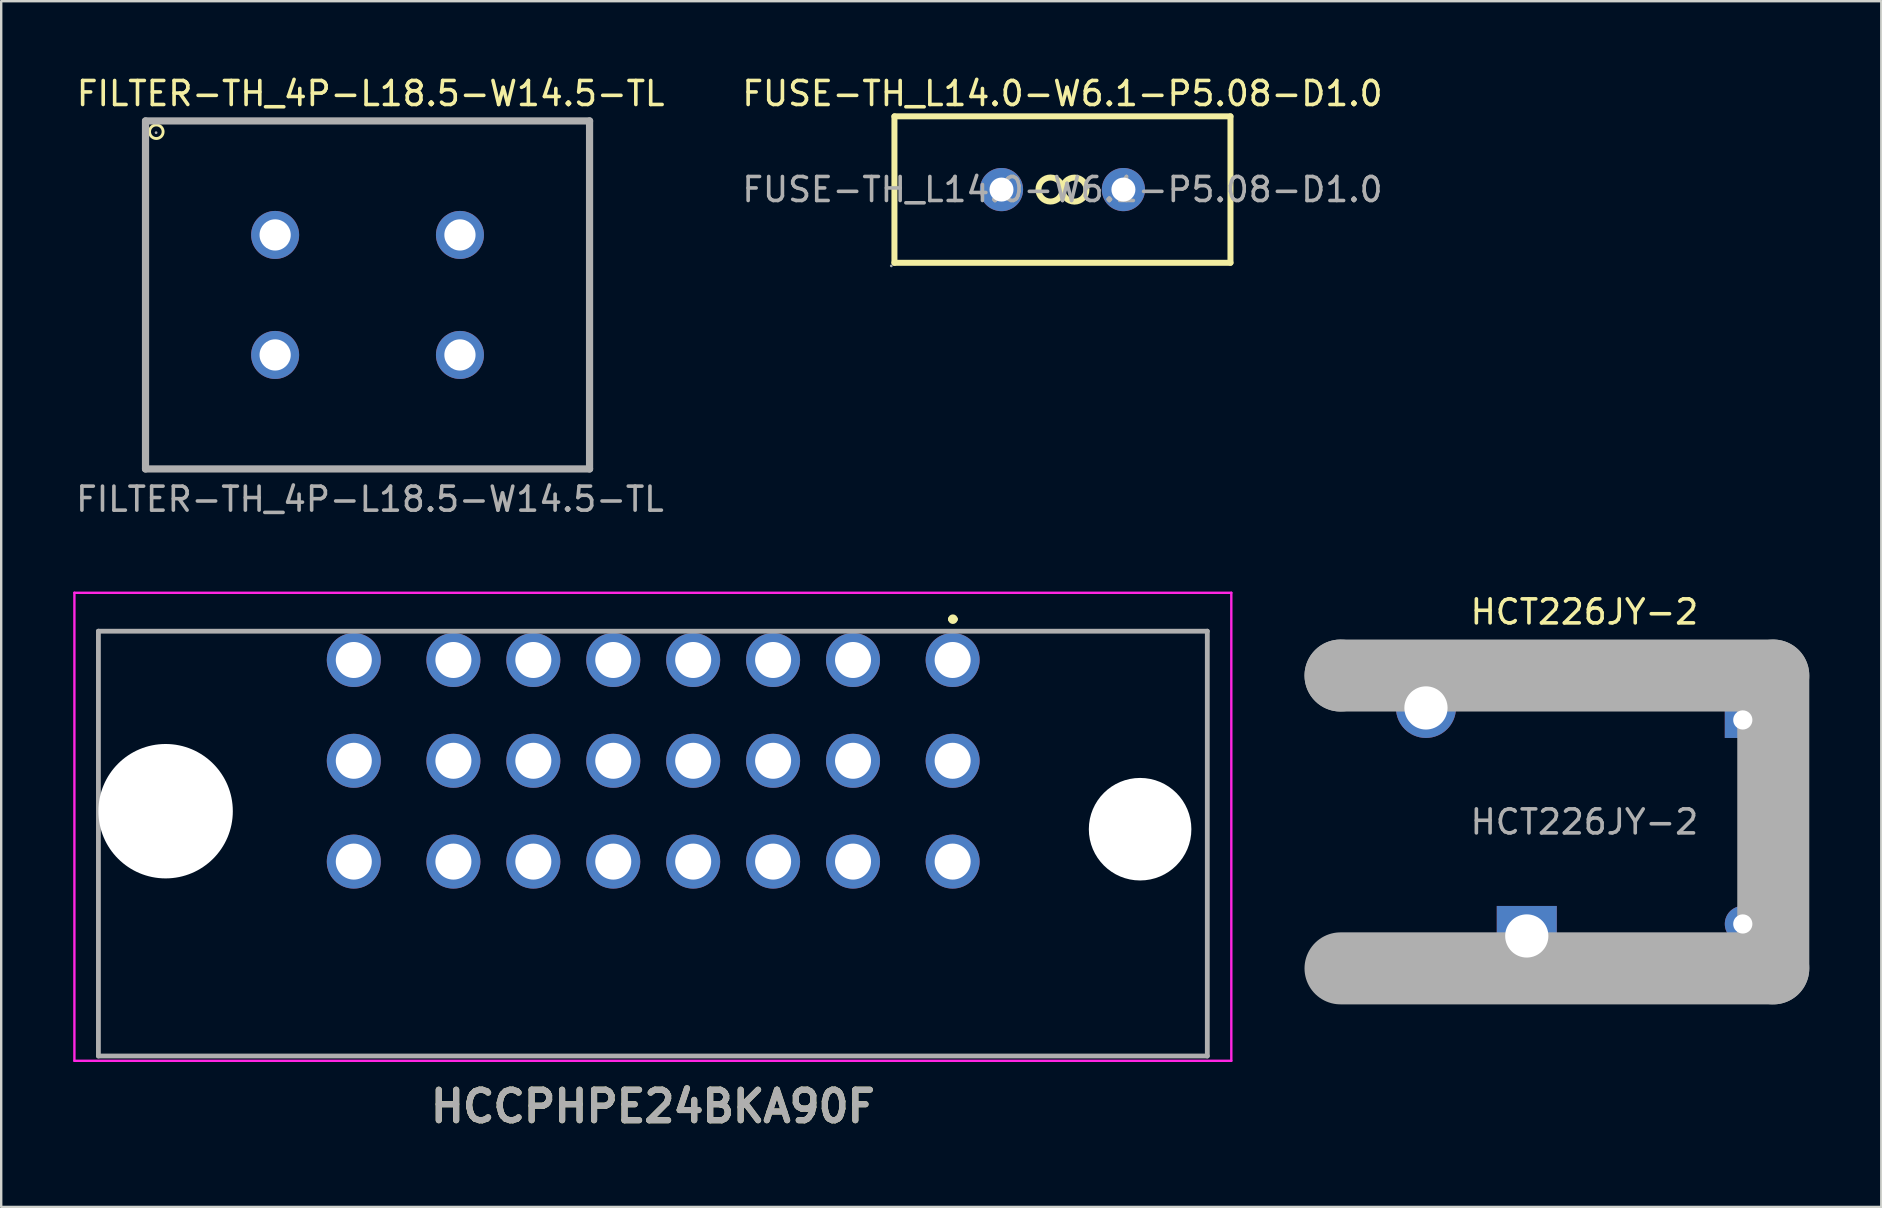
<source format=kicad_pcb>
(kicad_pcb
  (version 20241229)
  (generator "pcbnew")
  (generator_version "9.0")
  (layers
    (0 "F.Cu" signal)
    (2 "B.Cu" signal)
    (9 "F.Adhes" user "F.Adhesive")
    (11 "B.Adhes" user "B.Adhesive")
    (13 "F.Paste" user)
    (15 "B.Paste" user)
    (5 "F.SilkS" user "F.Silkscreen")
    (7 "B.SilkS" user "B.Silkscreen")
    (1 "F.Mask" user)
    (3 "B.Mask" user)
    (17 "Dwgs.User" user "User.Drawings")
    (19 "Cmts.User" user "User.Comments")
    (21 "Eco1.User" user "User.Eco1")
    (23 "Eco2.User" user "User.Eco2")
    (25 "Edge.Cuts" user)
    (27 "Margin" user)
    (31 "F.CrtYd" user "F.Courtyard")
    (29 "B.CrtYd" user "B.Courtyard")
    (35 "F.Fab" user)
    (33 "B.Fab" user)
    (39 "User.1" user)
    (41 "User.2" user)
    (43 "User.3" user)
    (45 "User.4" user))
  (footprint "HCT226JY-2"
    (layer "F.Cu")
    (at 62.96 31.195)
    (property "Reference" "HCT226JY-2" (at 0 -8.75 0) (layer "F.SilkS") (effects (font (size 1 1) (thickness 0.15))))
    (attr smd)
    (fp_line (start -10.16 -6.1) (end -10.16 -6.1) (stroke (width 3) (type solid)) (layer "F.Fab"))
    (fp_line (start -10.16 -6.1) (end 7.87 -6.1) (stroke (width 3) (type solid)) (layer "F.Fab"))
    (fp_line (start 7.87 -6.1) (end 7.87 6.1) (stroke (width 3) (type solid)) (layer "F.Fab"))
    (fp_line (start 7.87 6.1) (end -10.16 6.1) (stroke (width 3) (type solid)) (layer "F.Fab"))
    (fp_circle (center -10.29 -6.22) (end -10.26 -6.22) (stroke (width 0.06) (type solid)) (fill no) (layer "F.Fab"))
    (fp_circle (center -6.6 -4.75) (end -6.2 -4.75) (stroke (width 0.8) (type solid)) (fill no) (layer "F.Fab"))
    (fp_circle (center -2.4 4.75) (end -2 4.75) (stroke (width 0.8) (type solid)) (fill no) (layer "F.Fab"))
    (fp_circle (center 6.6 -4.25) (end 6.75 -4.25) (stroke (width 0.3) (type solid)) (fill no) (layer "F.Fab"))
    (fp_circle (center 6.6 4.25) (end 6.75 4.25) (stroke (width 0.3) (type solid)) (fill no) (layer "F.Fab"))
    (fp_text user "${REFERENCE}" (at 0 0 0) (layer "F.Fab") (effects (font (size 1 1) (thickness 0.15))))
    (pad "1" thru_hole circle (at -6.6 -4.75) (size 2.5 2.5) (drill 1.8) (layers "*.Cu" "*.Paste" "*.Mask"))
    (pad "2" thru_hole rect (at -2.4 4.75) (size 2.5 2.5) (drill 1.8) (layers "*.Cu" "*.Paste" "*.Mask"))
    (pad "3" thru_hole rect (at 6.6 -4.25) (size 1.5 1.5) (drill 0.8) (layers "*.Cu" "*.Paste" "*.Mask"))
    (pad "4" thru_hole circle (at 6.6 4.25) (size 1.5 1.5) (drill 0.8) (layers "*.Cu" "*.Paste" "*.Mask")))
  (footprint "FUSE-TH_L14.0-W6.1-P5.08-D1.0"
    (layer "F.Cu")
    (at 41.215 4.848)
    (property "Reference" "FUSE-TH_L14.0-W6.1-P5.08-D1.0" (at 0 -4 0) (layer "F.SilkS") (effects (font (size 1 1) (thickness 0.15))))
    (attr smd)
    (fp_line (start -7 -3.05) (end 7 -3.05) (stroke (width 0.25) (type solid)) (layer "F.SilkS"))
    (fp_line (start -7 3.05) (end -7 -3.05) (stroke (width 0.25) (type solid)) (layer "F.SilkS"))
    (fp_line (start -7 3.05) (end 7 3.05) (stroke (width 0.25) (type solid)) (layer "F.SilkS"))
    (fp_line (start 7 -3.05) (end 7 3.05) (stroke (width 0.25) (type solid)) (layer "F.SilkS"))
    (fp_arc (start -0.000076 0.008726) (mid -0.999981 -0.004363) (end 0 0) (stroke (width 0.25) (type solid)) (layer "F.SilkS"))
    (fp_arc (start 0.000076 -0.008726) (mid 0.999981 0.004363) (end 0 0) (stroke (width 0.25) (type solid)) (layer "F.SilkS"))
    (fp_circle (center -7.13 3.18) (end -7.1 3.18) (stroke (width 0.06) (type solid)) (fill no) (layer "F.Fab"))
    (fp_circle (center -2.54 0) (end -2.34 0) (stroke (width 0.4) (type solid)) (fill no) (layer "F.Fab"))
    (fp_circle (center 2.54 0) (end 2.74 0) (stroke (width 0.4) (type solid)) (fill no) (layer "F.Fab"))
    (fp_text user "${REFERENCE}" (at 0 0 0) (layer "F.Fab") (effects (font (size 1 1) (thickness 0.15))))
    (pad "1" thru_hole circle (at -2.54 0) (size 1.8 1.8) (drill 1) (layers "*.Cu" "*.Paste" "*.Mask"))
    (pad "2" thru_hole circle (at 2.54 0) (size 1.8 1.8) (drill 1) (layers "*.Cu" "*.Paste" "*.Mask")))
  (footprint "HCCPHPE24BKA90F"
    (layer "F.Cu")
    (at 24.15 43.047)
    (property "Reference" "HCCPHPE24BKA90F" (at 0 0 0) (layer "F.SilkS") (effects (font (size 1.27 1.27) (thickness 0.254))))
    (attr through_hole)
    (fp_line (start -23.1 -19.8) (end -23.1 -13.8) (stroke (width 0.1) (type solid)) (layer "F.SilkS"))
    (fp_line (start -23.1 -2.1) (end -23.1 -9.8) (stroke (width 0.1) (type solid)) (layer "F.SilkS"))
    (fp_line (start -14 -19.8) (end -23.1 -19.8) (stroke (width 0.1) (type solid)) (layer "F.SilkS"))
    (fp_line (start 12.4 -20.3) (end 12.4 -20.3) (stroke (width 0.2) (type solid)) (layer "F.SilkS"))
    (fp_line (start 12.6 -20.3) (end 12.6 -20.3) (stroke (width 0.2) (type solid)) (layer "F.SilkS"))
    (fp_line (start 14 -19.8) (end 23.1 -19.8) (stroke (width 0.1) (type solid)) (layer "F.SilkS"))
    (fp_line (start 23.1 -19.8) (end 23.1 -2.1) (stroke (width 0.1) (type solid)) (layer "F.SilkS"))
    (fp_line (start 23.1 -2.1) (end -23.1 -2.1) (stroke (width 0.12) (type default)) (layer "F.SilkS"))
    (fp_arc (start 12.4 -20.3) (mid 12.5 -20.4) (end 12.6 -20.3) (stroke (width 0.2) (type solid)) (layer "F.SilkS"))
    (fp_arc (start 12.6 -20.3) (mid 12.5 -20.2) (end 12.4 -20.3) (stroke (width 0.2) (type solid)) (layer "F.SilkS"))
    (fp_line (start -24.1 -21.4) (end 24.1 -21.4) (stroke (width 0.1) (type solid)) (layer "F.CrtYd"))
    (fp_line (start -24.1 -1.9) (end -24.1 -21.4) (stroke (width 0.1) (type solid)) (layer "F.CrtYd"))
    (fp_line (start 24.1 -21.4) (end 24.1 -1.9) (stroke (width 0.1) (type solid)) (layer "F.CrtYd"))
    (fp_line (start 24.1 -1.9) (end -24.1 -1.9) (stroke (width 0.1) (type solid)) (layer "F.CrtYd"))
    (fp_line (start -23.1 -19.8) (end 23.1 -19.8) (stroke (width 0.2) (type solid)) (layer "F.Fab"))
    (fp_line (start -23.1 -2.1) (end -23.1 -19.8) (stroke (width 0.2) (type solid)) (layer "F.Fab"))
    (fp_line (start -23.1 -2.1) (end 23.1 -2.1) (stroke (width 0.2) (type solid)) (layer "F.Fab"))
    (fp_line (start 23.1 -19.8) (end 23.1 -2.1) (stroke (width 0.2) (type solid)) (layer "F.Fab"))
    (fp_text user "${REFERENCE}" (at 0 0 0) (layer "F.Fab") (effects (font (size 1.27 1.27) (thickness 0.254))))
    (pad "" np_thru_hole circle (at -20.3 -12.3) (size 5.6 5.6) (drill 5.6) (layers "*.Cu" "*.Mask"))
    (pad "" np_thru_hole circle (at 20.3 -11.55) (size 4.272 4.272) (drill 4.272) (layers "*.Cu" "*.Mask"))
    (pad "A1" thru_hole circle (at 12.49 -18.6) (size 2.25 2.25) (drill 1.5) (layers "*.Cu" "*.Mask"))
    (pad "A2" thru_hole circle (at 8.34 -18.6) (size 2.25 2.25) (drill 1.5) (layers "*.Cu" "*.Mask"))
    (pad "A3" thru_hole circle (at 5.01 -18.6) (size 2.25 2.25) (drill 1.5) (layers "*.Cu" "*.Mask"))
    (pad "A4" thru_hole circle (at 1.68 -18.6) (size 2.25 2.25) (drill 1.5) (layers "*.Cu" "*.Mask"))
    (pad "A5" thru_hole circle (at -1.65 -18.6) (size 2.25 2.25) (drill 1.5) (layers "*.Cu" "*.Mask"))
    (pad "A6" thru_hole circle (at -4.98 -18.6) (size 2.25 2.25) (drill 1.5) (layers "*.Cu" "*.Mask"))
    (pad "A7" thru_hole circle (at -8.31 -18.6) (size 2.25 2.25) (drill 1.5) (layers "*.Cu" "*.Mask"))
    (pad "A8" thru_hole circle (at -12.46 -18.6) (size 2.25 2.25) (drill 1.5) (layers "*.Cu" "*.Mask"))
    (pad "B1" thru_hole circle (at 12.49 -14.4) (size 2.25 2.25) (drill 1.5) (layers "*.Cu" "*.Mask"))
    (pad "B2" thru_hole circle (at 8.34 -14.4) (size 2.25 2.25) (drill 1.5) (layers "*.Cu" "*.Mask"))
    (pad "B3" thru_hole circle (at 5.01 -14.4) (size 2.25 2.25) (drill 1.5) (layers "*.Cu" "*.Mask"))
    (pad "B4" thru_hole circle (at 1.68 -14.4) (size 2.25 2.25) (drill 1.5) (layers "*.Cu" "*.Mask"))
    (pad "B5" thru_hole circle (at -1.65 -14.4) (size 2.25 2.25) (drill 1.5) (layers "*.Cu" "*.Mask"))
    (pad "B6" thru_hole circle (at -4.98 -14.4) (size 2.25 2.25) (drill 1.5) (layers "*.Cu" "*.Mask"))
    (pad "B7" thru_hole circle (at -8.31 -14.4) (size 2.25 2.25) (drill 1.5) (layers "*.Cu" "*.Mask"))
    (pad "B8" thru_hole circle (at -12.46 -14.4) (size 2.25 2.25) (drill 1.5) (layers "*.Cu" "*.Mask"))
    (pad "C1" thru_hole circle (at 12.49 -10.2) (size 2.25 2.25) (drill 1.5) (layers "*.Cu" "*.Mask"))
    (pad "C2" thru_hole circle (at 8.34 -10.2) (size 2.25 2.25) (drill 1.5) (layers "*.Cu" "*.Mask"))
    (pad "C3" thru_hole circle (at 5.01 -10.2) (size 2.25 2.25) (drill 1.5) (layers "*.Cu" "*.Mask"))
    (pad "C4" thru_hole circle (at 1.68 -10.2) (size 2.25 2.25) (drill 1.5) (layers "*.Cu" "*.Mask"))
    (pad "C5" thru_hole circle (at -1.65 -10.2) (size 2.25 2.25) (drill 1.5) (layers "*.Cu" "*.Mask"))
    (pad "C6" thru_hole circle (at -4.98 -10.2) (size 2.25 2.25) (drill 1.5) (layers "*.Cu" "*.Mask"))
    (pad "C7" thru_hole circle (at -8.31 -10.2) (size 2.25 2.25) (drill 1.5) (layers "*.Cu" "*.Mask"))
    (pad "C8" thru_hole circle (at -12.46 -10.2) (size 2.25 2.25) (drill 1.5) (layers "*.Cu" "*.Mask")))
  (footprint "FILTER-TH_4P-L18.5-W14.5-TL"
    (layer "F.Cu")
    (at 12.263 9.238)
    (property "Reference" "FILTER-TH_4P-L18.5-W14.5-TL" (at 0.13 -8.39 0) (layer "F.SilkS") (effects (font (size 1 1) (thickness 0.15))))
    (attr smd)
    (fp_line (start -9.3 -7.3) (end 9.3 -7.3) (stroke (width 0.12) (type default)) (layer "F.SilkS"))
    (fp_line (start -9.3 7.3) (end -9.3 -7.3) (stroke (width 0.12) (type default)) (layer "F.SilkS"))
    (fp_line (start 9.3 -7.3) (end 9.3 7.3) (stroke (width 0.12) (type default)) (layer "F.SilkS"))
    (fp_line (start 9.3 7.3) (end -9.3 7.3) (stroke (width 0.12) (type default)) (layer "F.SilkS"))
    (fp_circle (center -8.8 -6.8) (end -8.517 -6.8) (stroke (width 0.12) (type solid)) (fill no) (layer "F.SilkS"))
    (fp_line (start -9.25 -7.25) (end -9.25 7.25) (stroke (width 0.3) (type solid)) (layer "F.Fab"))
    (fp_line (start -9.25 -7.25) (end 9.25 -7.25) (stroke (width 0.3) (type solid)) (layer "F.Fab"))
    (fp_line (start -9.25 7.25) (end 9.25 7.25) (stroke (width 0.3) (type solid)) (layer "F.Fab"))
    (fp_line (start 9.25 -7.25) (end 9.25 7.25) (stroke (width 0.3) (type solid)) (layer "F.Fab"))
    (fp_circle (center -8.81 -6.76) (end -8.78 -6.76) (stroke (width 0.06) (type solid)) (fill no) (layer "F.Fab"))
    (fp_circle (center -3.85 -2.5) (end -3.67 -2.5) (stroke (width 0.35) (type solid)) (fill no) (layer "F.Fab"))
    (fp_circle (center -3.85 2.5) (end -3.67 2.5) (stroke (width 0.35) (type solid)) (fill no) (layer "F.Fab"))
    (fp_circle (center 3.85 -2.5) (end 4.03 -2.5) (stroke (width 0.35) (type solid)) (fill no) (layer "F.Fab"))
    (fp_circle (center 3.85 2.5) (end 4.03 2.5) (stroke (width 0.35) (type solid)) (fill no) (layer "F.Fab"))
    (fp_text user "${REFERENCE}" (at 0.1 8.51 0) (layer "F.Fab") (effects (font (size 1 1) (thickness 0.15))))
    (pad "1" thru_hole circle (at -3.85 -2.5) (size 2 2) (drill 1.3) (layers "*.Cu" "*.Paste" "*.Mask"))
    (pad "2" thru_hole circle (at -3.85 2.5) (size 2 2) (drill 1.3) (layers "*.Cu" "*.Paste" "*.Mask"))
    (pad "3" thru_hole circle (at 3.85 2.5) (size 2 2) (drill 1.3) (layers "*.Cu" "*.Paste" "*.Mask"))
    (pad "4" thru_hole circle (at 3.85 -2.5) (size 2 2) (drill 1.3) (layers "*.Cu" "*.Paste" "*.Mask")))
  (gr_rect
    (start -3 -3)
    (end 75.33 47.235)
    (stroke (width 0.1) (type default))
    (fill no)
    (layer "Edge.Cuts")))
</source>
